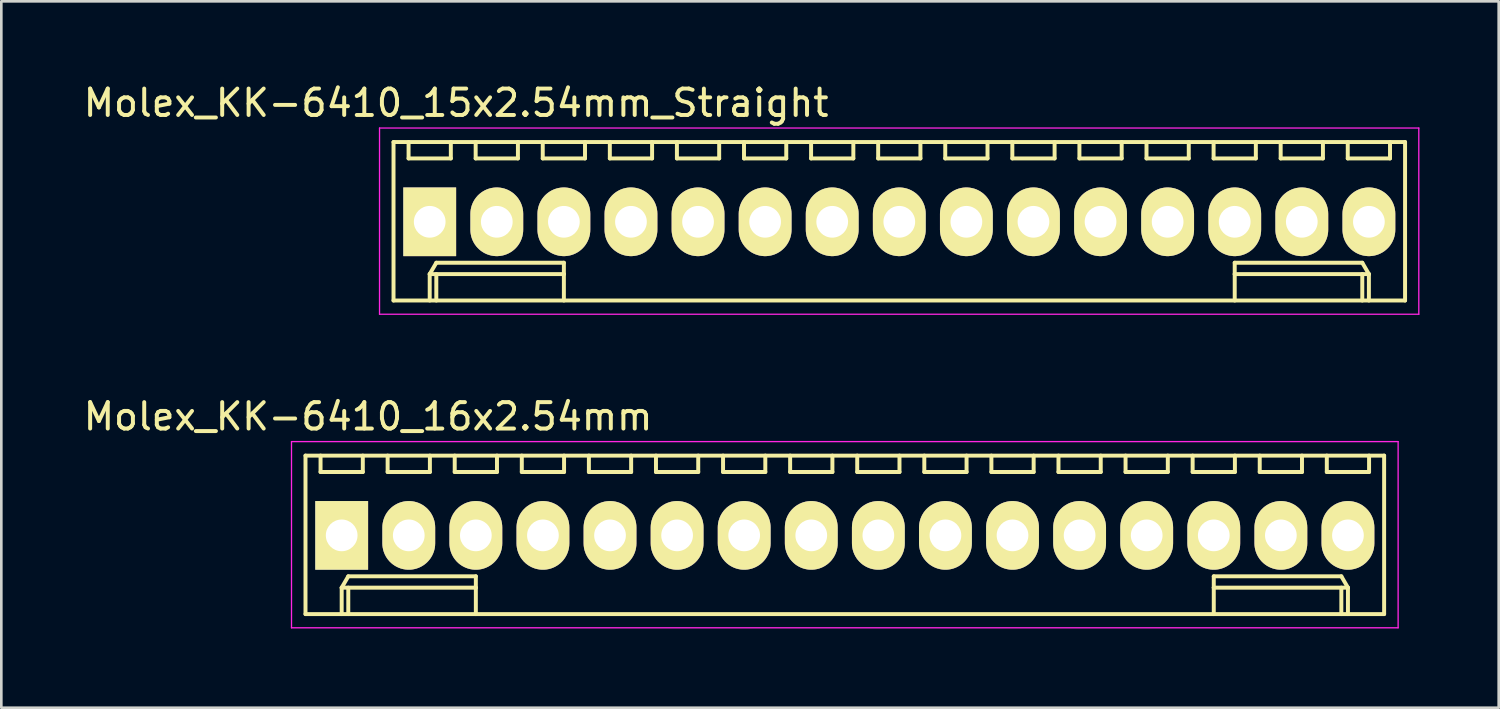
<source format=kicad_pcb>
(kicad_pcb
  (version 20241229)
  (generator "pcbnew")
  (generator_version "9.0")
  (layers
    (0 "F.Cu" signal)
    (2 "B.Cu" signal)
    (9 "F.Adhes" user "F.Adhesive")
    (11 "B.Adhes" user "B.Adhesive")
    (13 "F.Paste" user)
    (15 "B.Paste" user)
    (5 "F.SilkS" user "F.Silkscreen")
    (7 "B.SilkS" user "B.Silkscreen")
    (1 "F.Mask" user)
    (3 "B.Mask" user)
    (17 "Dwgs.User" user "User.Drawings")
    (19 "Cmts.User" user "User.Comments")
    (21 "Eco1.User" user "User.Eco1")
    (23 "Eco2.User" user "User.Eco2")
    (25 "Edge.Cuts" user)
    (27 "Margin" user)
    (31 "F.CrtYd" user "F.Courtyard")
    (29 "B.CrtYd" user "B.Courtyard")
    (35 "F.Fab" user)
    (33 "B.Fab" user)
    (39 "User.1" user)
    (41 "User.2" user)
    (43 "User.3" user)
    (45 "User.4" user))
  (footprint "Molex_KK-6410_15x2.54mm_Straight"
    (layer "F.Cu")
    (at 13.22 5.348)
    (property "Reference" "Molex_KK-6410_15x2.54mm_Straight" (at 1 -4.5 0) (layer "F.SilkS") (effects (font (size 1 1) (thickness 0.15))))
    (attr through_hole)
    (fp_line (start -1.37 -3.02) (end -1.37 2.98) (stroke (width 0.15) (type solid)) (layer "F.SilkS"))
    (fp_line (start -1.37 2.98) (end 36.93 2.98) (stroke (width 0.15) (type solid)) (layer "F.SilkS"))
    (fp_line (start -0.8 -3.02) (end -0.8 -2.4) (stroke (width 0.15) (type solid)) (layer "F.SilkS"))
    (fp_line (start -0.8 -2.4) (end 0.8 -2.4) (stroke (width 0.15) (type solid)) (layer "F.SilkS"))
    (fp_line (start 0 1.98) (end 0.25 1.55) (stroke (width 0.15) (type solid)) (layer "F.SilkS"))
    (fp_line (start 0 1.98) (end 5.08 1.98) (stroke (width 0.15) (type solid)) (layer "F.SilkS"))
    (fp_line (start 0 2.98) (end 0 1.98) (stroke (width 0.15) (type solid)) (layer "F.SilkS"))
    (fp_line (start 0.25 1.55) (end 5.08 1.55) (stroke (width 0.15) (type solid)) (layer "F.SilkS"))
    (fp_line (start 0.25 2.98) (end 0.25 1.98) (stroke (width 0.15) (type solid)) (layer "F.SilkS"))
    (fp_line (start 0.8 -2.4) (end 0.8 -3.02) (stroke (width 0.15) (type solid)) (layer "F.SilkS"))
    (fp_line (start 1.74 -3.02) (end 1.74 -2.4) (stroke (width 0.15) (type solid)) (layer "F.SilkS"))
    (fp_line (start 1.74 -2.4) (end 3.34 -2.4) (stroke (width 0.15) (type solid)) (layer "F.SilkS"))
    (fp_line (start 3.34 -2.4) (end 3.34 -3.02) (stroke (width 0.15) (type solid)) (layer "F.SilkS"))
    (fp_line (start 4.28 -3.02) (end 4.28 -2.4) (stroke (width 0.15) (type solid)) (layer "F.SilkS"))
    (fp_line (start 4.28 -2.4) (end 5.88 -2.4) (stroke (width 0.15) (type solid)) (layer "F.SilkS"))
    (fp_line (start 5.08 1.55) (end 5.08 1.98) (stroke (width 0.15) (type solid)) (layer "F.SilkS"))
    (fp_line (start 5.08 1.98) (end 5.08 2.98) (stroke (width 0.15) (type solid)) (layer "F.SilkS"))
    (fp_line (start 5.88 -2.4) (end 5.88 -3.02) (stroke (width 0.15) (type solid)) (layer "F.SilkS"))
    (fp_line (start 6.82 -3.02) (end 6.82 -2.4) (stroke (width 0.15) (type solid)) (layer "F.SilkS"))
    (fp_line (start 6.82 -2.4) (end 8.42 -2.4) (stroke (width 0.15) (type solid)) (layer "F.SilkS"))
    (fp_line (start 8.42 -2.4) (end 8.42 -3.02) (stroke (width 0.15) (type solid)) (layer "F.SilkS"))
    (fp_line (start 9.36 -3.02) (end 9.36 -2.4) (stroke (width 0.15) (type solid)) (layer "F.SilkS"))
    (fp_line (start 9.36 -2.4) (end 10.96 -2.4) (stroke (width 0.15) (type solid)) (layer "F.SilkS"))
    (fp_line (start 10.96 -2.4) (end 10.96 -3.02) (stroke (width 0.15) (type solid)) (layer "F.SilkS"))
    (fp_line (start 11.9 -3.02) (end 11.9 -2.4) (stroke (width 0.15) (type solid)) (layer "F.SilkS"))
    (fp_line (start 11.9 -2.4) (end 13.5 -2.4) (stroke (width 0.15) (type solid)) (layer "F.SilkS"))
    (fp_line (start 13.5 -2.4) (end 13.5 -3.02) (stroke (width 0.15) (type solid)) (layer "F.SilkS"))
    (fp_line (start 14.44 -3.02) (end 14.44 -2.4) (stroke (width 0.15) (type solid)) (layer "F.SilkS"))
    (fp_line (start 14.44 -2.4) (end 16.04 -2.4) (stroke (width 0.15) (type solid)) (layer "F.SilkS"))
    (fp_line (start 16.04 -2.4) (end 16.04 -3.02) (stroke (width 0.15) (type solid)) (layer "F.SilkS"))
    (fp_line (start 16.98 -3.02) (end 16.98 -2.4) (stroke (width 0.15) (type solid)) (layer "F.SilkS"))
    (fp_line (start 16.98 -2.4) (end 18.58 -2.4) (stroke (width 0.15) (type solid)) (layer "F.SilkS"))
    (fp_line (start 18.58 -2.4) (end 18.58 -3.02) (stroke (width 0.15) (type solid)) (layer "F.SilkS"))
    (fp_line (start 19.52 -3.02) (end 19.52 -2.4) (stroke (width 0.15) (type solid)) (layer "F.SilkS"))
    (fp_line (start 19.52 -2.4) (end 21.12 -2.4) (stroke (width 0.15) (type solid)) (layer "F.SilkS"))
    (fp_line (start 21.12 -2.4) (end 21.12 -3.02) (stroke (width 0.15) (type solid)) (layer "F.SilkS"))
    (fp_line (start 22.06 -3.02) (end 22.06 -2.4) (stroke (width 0.15) (type solid)) (layer "F.SilkS"))
    (fp_line (start 22.06 -2.4) (end 23.66 -2.4) (stroke (width 0.15) (type solid)) (layer "F.SilkS"))
    (fp_line (start 23.66 -2.4) (end 23.66 -3.02) (stroke (width 0.15) (type solid)) (layer "F.SilkS"))
    (fp_line (start 24.6 -3.02) (end 24.6 -2.4) (stroke (width 0.15) (type solid)) (layer "F.SilkS"))
    (fp_line (start 24.6 -2.4) (end 26.2 -2.4) (stroke (width 0.15) (type solid)) (layer "F.SilkS"))
    (fp_line (start 26.2 -2.4) (end 26.2 -3.02) (stroke (width 0.15) (type solid)) (layer "F.SilkS"))
    (fp_line (start 27.14 -3.02) (end 27.14 -2.4) (stroke (width 0.15) (type solid)) (layer "F.SilkS"))
    (fp_line (start 27.14 -2.4) (end 28.74 -2.4) (stroke (width 0.15) (type solid)) (layer "F.SilkS"))
    (fp_line (start 28.74 -2.4) (end 28.74 -3.02) (stroke (width 0.15) (type solid)) (layer "F.SilkS"))
    (fp_line (start 29.68 -3.02) (end 29.68 -2.4) (stroke (width 0.15) (type solid)) (layer "F.SilkS"))
    (fp_line (start 29.68 -2.4) (end 31.28 -2.4) (stroke (width 0.15) (type solid)) (layer "F.SilkS"))
    (fp_line (start 30.48 1.55) (end 30.48 1.98) (stroke (width 0.15) (type solid)) (layer "F.SilkS"))
    (fp_line (start 30.48 1.98) (end 30.48 2.98) (stroke (width 0.15) (type solid)) (layer "F.SilkS"))
    (fp_line (start 31.28 -2.4) (end 31.28 -3.02) (stroke (width 0.15) (type solid)) (layer "F.SilkS"))
    (fp_line (start 32.22 -3.02) (end 32.22 -2.4) (stroke (width 0.15) (type solid)) (layer "F.SilkS"))
    (fp_line (start 32.22 -2.4) (end 33.82 -2.4) (stroke (width 0.15) (type solid)) (layer "F.SilkS"))
    (fp_line (start 33.82 -2.4) (end 33.82 -3.02) (stroke (width 0.15) (type solid)) (layer "F.SilkS"))
    (fp_line (start 34.76 -3.02) (end 34.76 -2.4) (stroke (width 0.15) (type solid)) (layer "F.SilkS"))
    (fp_line (start 34.76 -2.4) (end 36.36 -2.4) (stroke (width 0.15) (type solid)) (layer "F.SilkS"))
    (fp_line (start 35.31 1.55) (end 30.48 1.55) (stroke (width 0.15) (type solid)) (layer "F.SilkS"))
    (fp_line (start 35.31 2.98) (end 35.31 1.98) (stroke (width 0.15) (type solid)) (layer "F.SilkS"))
    (fp_line (start 35.56 1.98) (end 30.48 1.98) (stroke (width 0.15) (type solid)) (layer "F.SilkS"))
    (fp_line (start 35.56 1.98) (end 35.31 1.55) (stroke (width 0.15) (type solid)) (layer "F.SilkS"))
    (fp_line (start 35.56 2.98) (end 35.56 1.98) (stroke (width 0.15) (type solid)) (layer "F.SilkS"))
    (fp_line (start 36.36 -2.4) (end 36.36 -3.02) (stroke (width 0.15) (type solid)) (layer "F.SilkS"))
    (fp_line (start 36.93 -3.02) (end -1.37 -3.02) (stroke (width 0.15) (type solid)) (layer "F.SilkS"))
    (fp_line (start 36.93 2.98) (end 36.93 -3.02) (stroke (width 0.15) (type solid)) (layer "F.SilkS"))
    (fp_line (start -1.9 -3.55) (end 37.45 -3.55) (stroke (width 0.05) (type solid)) (layer "F.CrtYd"))
    (fp_line (start -1.9 3.5) (end -1.9 -3.55) (stroke (width 0.05) (type solid)) (layer "F.CrtYd"))
    (fp_line (start 37.45 -3.55) (end 37.45 3.5) (stroke (width 0.05) (type solid)) (layer "F.CrtYd"))
    (fp_line (start 37.45 3.5) (end -1.9 3.5) (stroke (width 0.05) (type solid)) (layer "F.CrtYd"))
    (pad "1" thru_hole rect (at 0 0) (size 2 2.6) (drill 1.2) (layers "*.Cu" "*.Mask" "F.SilkS"))
    (pad "2" thru_hole oval (at 2.54 0) (size 2 2.6) (drill 1.2) (layers "*.Cu" "*.Mask" "F.SilkS"))
    (pad "3" thru_hole oval (at 5.08 0) (size 2 2.6) (drill 1.2) (layers "*.Cu" "*.Mask" "F.SilkS"))
    (pad "4" thru_hole oval (at 7.62 0) (size 2 2.6) (drill 1.2) (layers "*.Cu" "*.Mask" "F.SilkS"))
    (pad "5" thru_hole oval (at 10.16 0) (size 2 2.6) (drill 1.2) (layers "*.Cu" "*.Mask" "F.SilkS"))
    (pad "6" thru_hole oval (at 12.7 0) (size 2 2.6) (drill 1.2) (layers "*.Cu" "*.Mask" "F.SilkS"))
    (pad "7" thru_hole oval (at 15.24 0) (size 2 2.6) (drill 1.2) (layers "*.Cu" "*.Mask" "F.SilkS"))
    (pad "8" thru_hole oval (at 17.78 0) (size 2 2.6) (drill 1.2) (layers "*.Cu" "*.Mask" "F.SilkS"))
    (pad "9" thru_hole oval (at 20.32 0) (size 2 2.6) (drill 1.2) (layers "*.Cu" "*.Mask" "F.SilkS"))
    (pad "10" thru_hole oval (at 22.86 0) (size 2 2.6) (drill 1.2) (layers "*.Cu" "*.Mask" "F.SilkS"))
    (pad "11" thru_hole oval (at 25.4 0) (size 2 2.6) (drill 1.2) (layers "*.Cu" "*.Mask" "F.SilkS"))
    (pad "12" thru_hole oval (at 27.94 0) (size 2 2.6) (drill 1.2) (layers "*.Cu" "*.Mask" "F.SilkS"))
    (pad "13" thru_hole oval (at 30.48 0) (size 2 2.6) (drill 1.2) (layers "*.Cu" "*.Mask" "F.SilkS"))
    (pad "14" thru_hole oval (at 33.02 0) (size 2 2.6) (drill 1.2) (layers "*.Cu" "*.Mask" "F.SilkS"))
    (pad "15" thru_hole oval (at 35.56 0) (size 2 2.6) (drill 1.2) (layers "*.Cu" "*.Mask" "F.SilkS")))
  (footprint "Molex_KK-6410_16x2.54mm"
    (layer "F.Cu")
    (at 9.887 17.221)
    (property "Reference" "Molex_KK-6410_16x2.54mm" (at 1 -4.5 0) (layer "F.SilkS") (effects (font (size 1 1) (thickness 0.15))))
    (attr through_hole)
    (fp_line (start -1.37 -3.02) (end -1.37 2.98) (stroke (width 0.15) (type solid)) (layer "F.SilkS"))
    (fp_line (start -1.37 2.98) (end 39.47 2.98) (stroke (width 0.15) (type solid)) (layer "F.SilkS"))
    (fp_line (start -0.8 -3.02) (end -0.8 -2.4) (stroke (width 0.15) (type solid)) (layer "F.SilkS"))
    (fp_line (start -0.8 -2.4) (end 0.8 -2.4) (stroke (width 0.15) (type solid)) (layer "F.SilkS"))
    (fp_line (start 0 1.98) (end 0.25 1.55) (stroke (width 0.15) (type solid)) (layer "F.SilkS"))
    (fp_line (start 0 1.98) (end 5.08 1.98) (stroke (width 0.15) (type solid)) (layer "F.SilkS"))
    (fp_line (start 0 2.98) (end 0 1.98) (stroke (width 0.15) (type solid)) (layer "F.SilkS"))
    (fp_line (start 0.25 1.55) (end 5.08 1.55) (stroke (width 0.15) (type solid)) (layer "F.SilkS"))
    (fp_line (start 0.25 2.98) (end 0.25 1.98) (stroke (width 0.15) (type solid)) (layer "F.SilkS"))
    (fp_line (start 0.8 -2.4) (end 0.8 -3.02) (stroke (width 0.15) (type solid)) (layer "F.SilkS"))
    (fp_line (start 1.74 -3.02) (end 1.74 -2.4) (stroke (width 0.15) (type solid)) (layer "F.SilkS"))
    (fp_line (start 1.74 -2.4) (end 3.34 -2.4) (stroke (width 0.15) (type solid)) (layer "F.SilkS"))
    (fp_line (start 3.34 -2.4) (end 3.34 -3.02) (stroke (width 0.15) (type solid)) (layer "F.SilkS"))
    (fp_line (start 4.28 -3.02) (end 4.28 -2.4) (stroke (width 0.15) (type solid)) (layer "F.SilkS"))
    (fp_line (start 4.28 -2.4) (end 5.88 -2.4) (stroke (width 0.15) (type solid)) (layer "F.SilkS"))
    (fp_line (start 5.08 1.55) (end 5.08 1.98) (stroke (width 0.15) (type solid)) (layer "F.SilkS"))
    (fp_line (start 5.08 1.98) (end 5.08 2.98) (stroke (width 0.15) (type solid)) (layer "F.SilkS"))
    (fp_line (start 5.88 -2.4) (end 5.88 -3.02) (stroke (width 0.15) (type solid)) (layer "F.SilkS"))
    (fp_line (start 6.82 -3.02) (end 6.82 -2.4) (stroke (width 0.15) (type solid)) (layer "F.SilkS"))
    (fp_line (start 6.82 -2.4) (end 8.42 -2.4) (stroke (width 0.15) (type solid)) (layer "F.SilkS"))
    (fp_line (start 8.42 -2.4) (end 8.42 -3.02) (stroke (width 0.15) (type solid)) (layer "F.SilkS"))
    (fp_line (start 9.36 -3.02) (end 9.36 -2.4) (stroke (width 0.15) (type solid)) (layer "F.SilkS"))
    (fp_line (start 9.36 -2.4) (end 10.96 -2.4) (stroke (width 0.15) (type solid)) (layer "F.SilkS"))
    (fp_line (start 10.96 -2.4) (end 10.96 -3.02) (stroke (width 0.15) (type solid)) (layer "F.SilkS"))
    (fp_line (start 11.9 -3.02) (end 11.9 -2.4) (stroke (width 0.15) (type solid)) (layer "F.SilkS"))
    (fp_line (start 11.9 -2.4) (end 13.5 -2.4) (stroke (width 0.15) (type solid)) (layer "F.SilkS"))
    (fp_line (start 13.5 -2.4) (end 13.5 -3.02) (stroke (width 0.15) (type solid)) (layer "F.SilkS"))
    (fp_line (start 14.44 -3.02) (end 14.44 -2.4) (stroke (width 0.15) (type solid)) (layer "F.SilkS"))
    (fp_line (start 14.44 -2.4) (end 16.04 -2.4) (stroke (width 0.15) (type solid)) (layer "F.SilkS"))
    (fp_line (start 16.04 -2.4) (end 16.04 -3.02) (stroke (width 0.15) (type solid)) (layer "F.SilkS"))
    (fp_line (start 16.98 -3.02) (end 16.98 -2.4) (stroke (width 0.15) (type solid)) (layer "F.SilkS"))
    (fp_line (start 16.98 -2.4) (end 18.58 -2.4) (stroke (width 0.15) (type solid)) (layer "F.SilkS"))
    (fp_line (start 18.58 -2.4) (end 18.58 -3.02) (stroke (width 0.15) (type solid)) (layer "F.SilkS"))
    (fp_line (start 19.52 -3.02) (end 19.52 -2.4) (stroke (width 0.15) (type solid)) (layer "F.SilkS"))
    (fp_line (start 19.52 -2.4) (end 21.12 -2.4) (stroke (width 0.15) (type solid)) (layer "F.SilkS"))
    (fp_line (start 21.12 -2.4) (end 21.12 -3.02) (stroke (width 0.15) (type solid)) (layer "F.SilkS"))
    (fp_line (start 22.06 -3.02) (end 22.06 -2.4) (stroke (width 0.15) (type solid)) (layer "F.SilkS"))
    (fp_line (start 22.06 -2.4) (end 23.66 -2.4) (stroke (width 0.15) (type solid)) (layer "F.SilkS"))
    (fp_line (start 23.66 -2.4) (end 23.66 -3.02) (stroke (width 0.15) (type solid)) (layer "F.SilkS"))
    (fp_line (start 24.6 -3.02) (end 24.6 -2.4) (stroke (width 0.15) (type solid)) (layer "F.SilkS"))
    (fp_line (start 24.6 -2.4) (end 26.2 -2.4) (stroke (width 0.15) (type solid)) (layer "F.SilkS"))
    (fp_line (start 26.2 -2.4) (end 26.2 -3.02) (stroke (width 0.15) (type solid)) (layer "F.SilkS"))
    (fp_line (start 27.14 -3.02) (end 27.14 -2.4) (stroke (width 0.15) (type solid)) (layer "F.SilkS"))
    (fp_line (start 27.14 -2.4) (end 28.74 -2.4) (stroke (width 0.15) (type solid)) (layer "F.SilkS"))
    (fp_line (start 28.74 -2.4) (end 28.74 -3.02) (stroke (width 0.15) (type solid)) (layer "F.SilkS"))
    (fp_line (start 29.68 -3.02) (end 29.68 -2.4) (stroke (width 0.15) (type solid)) (layer "F.SilkS"))
    (fp_line (start 29.68 -2.4) (end 31.28 -2.4) (stroke (width 0.15) (type solid)) (layer "F.SilkS"))
    (fp_line (start 31.28 -2.4) (end 31.28 -3.02) (stroke (width 0.15) (type solid)) (layer "F.SilkS"))
    (fp_line (start 32.22 -3.02) (end 32.22 -2.4) (stroke (width 0.15) (type solid)) (layer "F.SilkS"))
    (fp_line (start 32.22 -2.4) (end 33.82 -2.4) (stroke (width 0.15) (type solid)) (layer "F.SilkS"))
    (fp_line (start 33.02 1.55) (end 33.02 1.98) (stroke (width 0.15) (type solid)) (layer "F.SilkS"))
    (fp_line (start 33.02 1.98) (end 33.02 2.98) (stroke (width 0.15) (type solid)) (layer "F.SilkS"))
    (fp_line (start 33.82 -2.4) (end 33.82 -3.02) (stroke (width 0.15) (type solid)) (layer "F.SilkS"))
    (fp_line (start 34.76 -3.02) (end 34.76 -2.4) (stroke (width 0.15) (type solid)) (layer "F.SilkS"))
    (fp_line (start 34.76 -2.4) (end 36.36 -2.4) (stroke (width 0.15) (type solid)) (layer "F.SilkS"))
    (fp_line (start 36.36 -2.4) (end 36.36 -3.02) (stroke (width 0.15) (type solid)) (layer "F.SilkS"))
    (fp_line (start 37.3 -3.02) (end 37.3 -2.4) (stroke (width 0.15) (type solid)) (layer "F.SilkS"))
    (fp_line (start 37.3 -2.4) (end 38.9 -2.4) (stroke (width 0.15) (type solid)) (layer "F.SilkS"))
    (fp_line (start 37.85 1.55) (end 33.02 1.55) (stroke (width 0.15) (type solid)) (layer "F.SilkS"))
    (fp_line (start 37.85 2.98) (end 37.85 1.98) (stroke (width 0.15) (type solid)) (layer "F.SilkS"))
    (fp_line (start 38.1 1.98) (end 33.02 1.98) (stroke (width 0.15) (type solid)) (layer "F.SilkS"))
    (fp_line (start 38.1 1.98) (end 37.85 1.55) (stroke (width 0.15) (type solid)) (layer "F.SilkS"))
    (fp_line (start 38.1 2.98) (end 38.1 1.98) (stroke (width 0.15) (type solid)) (layer "F.SilkS"))
    (fp_line (start 38.9 -2.4) (end 38.9 -3.02) (stroke (width 0.15) (type solid)) (layer "F.SilkS"))
    (fp_line (start 39.47 -3.02) (end -1.37 -3.02) (stroke (width 0.15) (type solid)) (layer "F.SilkS"))
    (fp_line (start 39.47 2.98) (end 39.47 -3.02) (stroke (width 0.15) (type solid)) (layer "F.SilkS"))
    (fp_line (start -1.9 -3.55) (end 40 -3.55) (stroke (width 0.05) (type solid)) (layer "F.CrtYd"))
    (fp_line (start -1.9 3.5) (end -1.9 -3.55) (stroke (width 0.05) (type solid)) (layer "F.CrtYd"))
    (fp_line (start 40 -3.55) (end 40 3.5) (stroke (width 0.05) (type solid)) (layer "F.CrtYd"))
    (fp_line (start 40 3.5) (end -1.9 3.5) (stroke (width 0.05) (type solid)) (layer "F.CrtYd"))
    (pad "1" thru_hole rect (at 0 0) (size 2 2.6) (drill 1.2) (layers "*.Cu" "*.Mask" "F.SilkS"))
    (pad "2" thru_hole oval (at 2.54 0) (size 2 2.6) (drill 1.2) (layers "*.Cu" "*.Mask" "F.SilkS"))
    (pad "3" thru_hole oval (at 5.08 0) (size 2 2.6) (drill 1.2) (layers "*.Cu" "*.Mask" "F.SilkS"))
    (pad "4" thru_hole oval (at 7.62 0) (size 2 2.6) (drill 1.2) (layers "*.Cu" "*.Mask" "F.SilkS"))
    (pad "5" thru_hole oval (at 10.16 0) (size 2 2.6) (drill 1.2) (layers "*.Cu" "*.Mask" "F.SilkS"))
    (pad "6" thru_hole oval (at 12.7 0) (size 2 2.6) (drill 1.2) (layers "*.Cu" "*.Mask" "F.SilkS"))
    (pad "7" thru_hole oval (at 15.24 0) (size 2 2.6) (drill 1.2) (layers "*.Cu" "*.Mask" "F.SilkS"))
    (pad "8" thru_hole oval (at 17.78 0) (size 2 2.6) (drill 1.2) (layers "*.Cu" "*.Mask" "F.SilkS"))
    (pad "9" thru_hole oval (at 20.32 0) (size 2 2.6) (drill 1.2) (layers "*.Cu" "*.Mask" "F.SilkS"))
    (pad "10" thru_hole oval (at 22.86 0) (size 2 2.6) (drill 1.2) (layers "*.Cu" "*.Mask" "F.SilkS"))
    (pad "11" thru_hole oval (at 25.4 0) (size 2 2.6) (drill 1.2) (layers "*.Cu" "*.Mask" "F.SilkS"))
    (pad "12" thru_hole oval (at 27.94 0) (size 2 2.6) (drill 1.2) (layers "*.Cu" "*.Mask" "F.SilkS"))
    (pad "13" thru_hole oval (at 30.48 0) (size 2 2.6) (drill 1.2) (layers "*.Cu" "*.Mask" "F.SilkS"))
    (pad "14" thru_hole oval (at 33.02 0) (size 2 2.6) (drill 1.2) (layers "*.Cu" "*.Mask" "F.SilkS"))
    (pad "15" thru_hole oval (at 35.56 0) (size 2 2.6) (drill 1.2) (layers "*.Cu" "*.Mask" "F.SilkS"))
    (pad "16" thru_hole oval (at 38.1 0) (size 2 2.6) (drill 1.2) (layers "*.Cu" "*.Mask" "F.SilkS")))
  (gr_rect
    (start -3 -3)
    (end 53.695 23.747)
    (stroke (width 0.1) (type default))
    (fill no)
    (layer "Edge.Cuts")))
</source>
